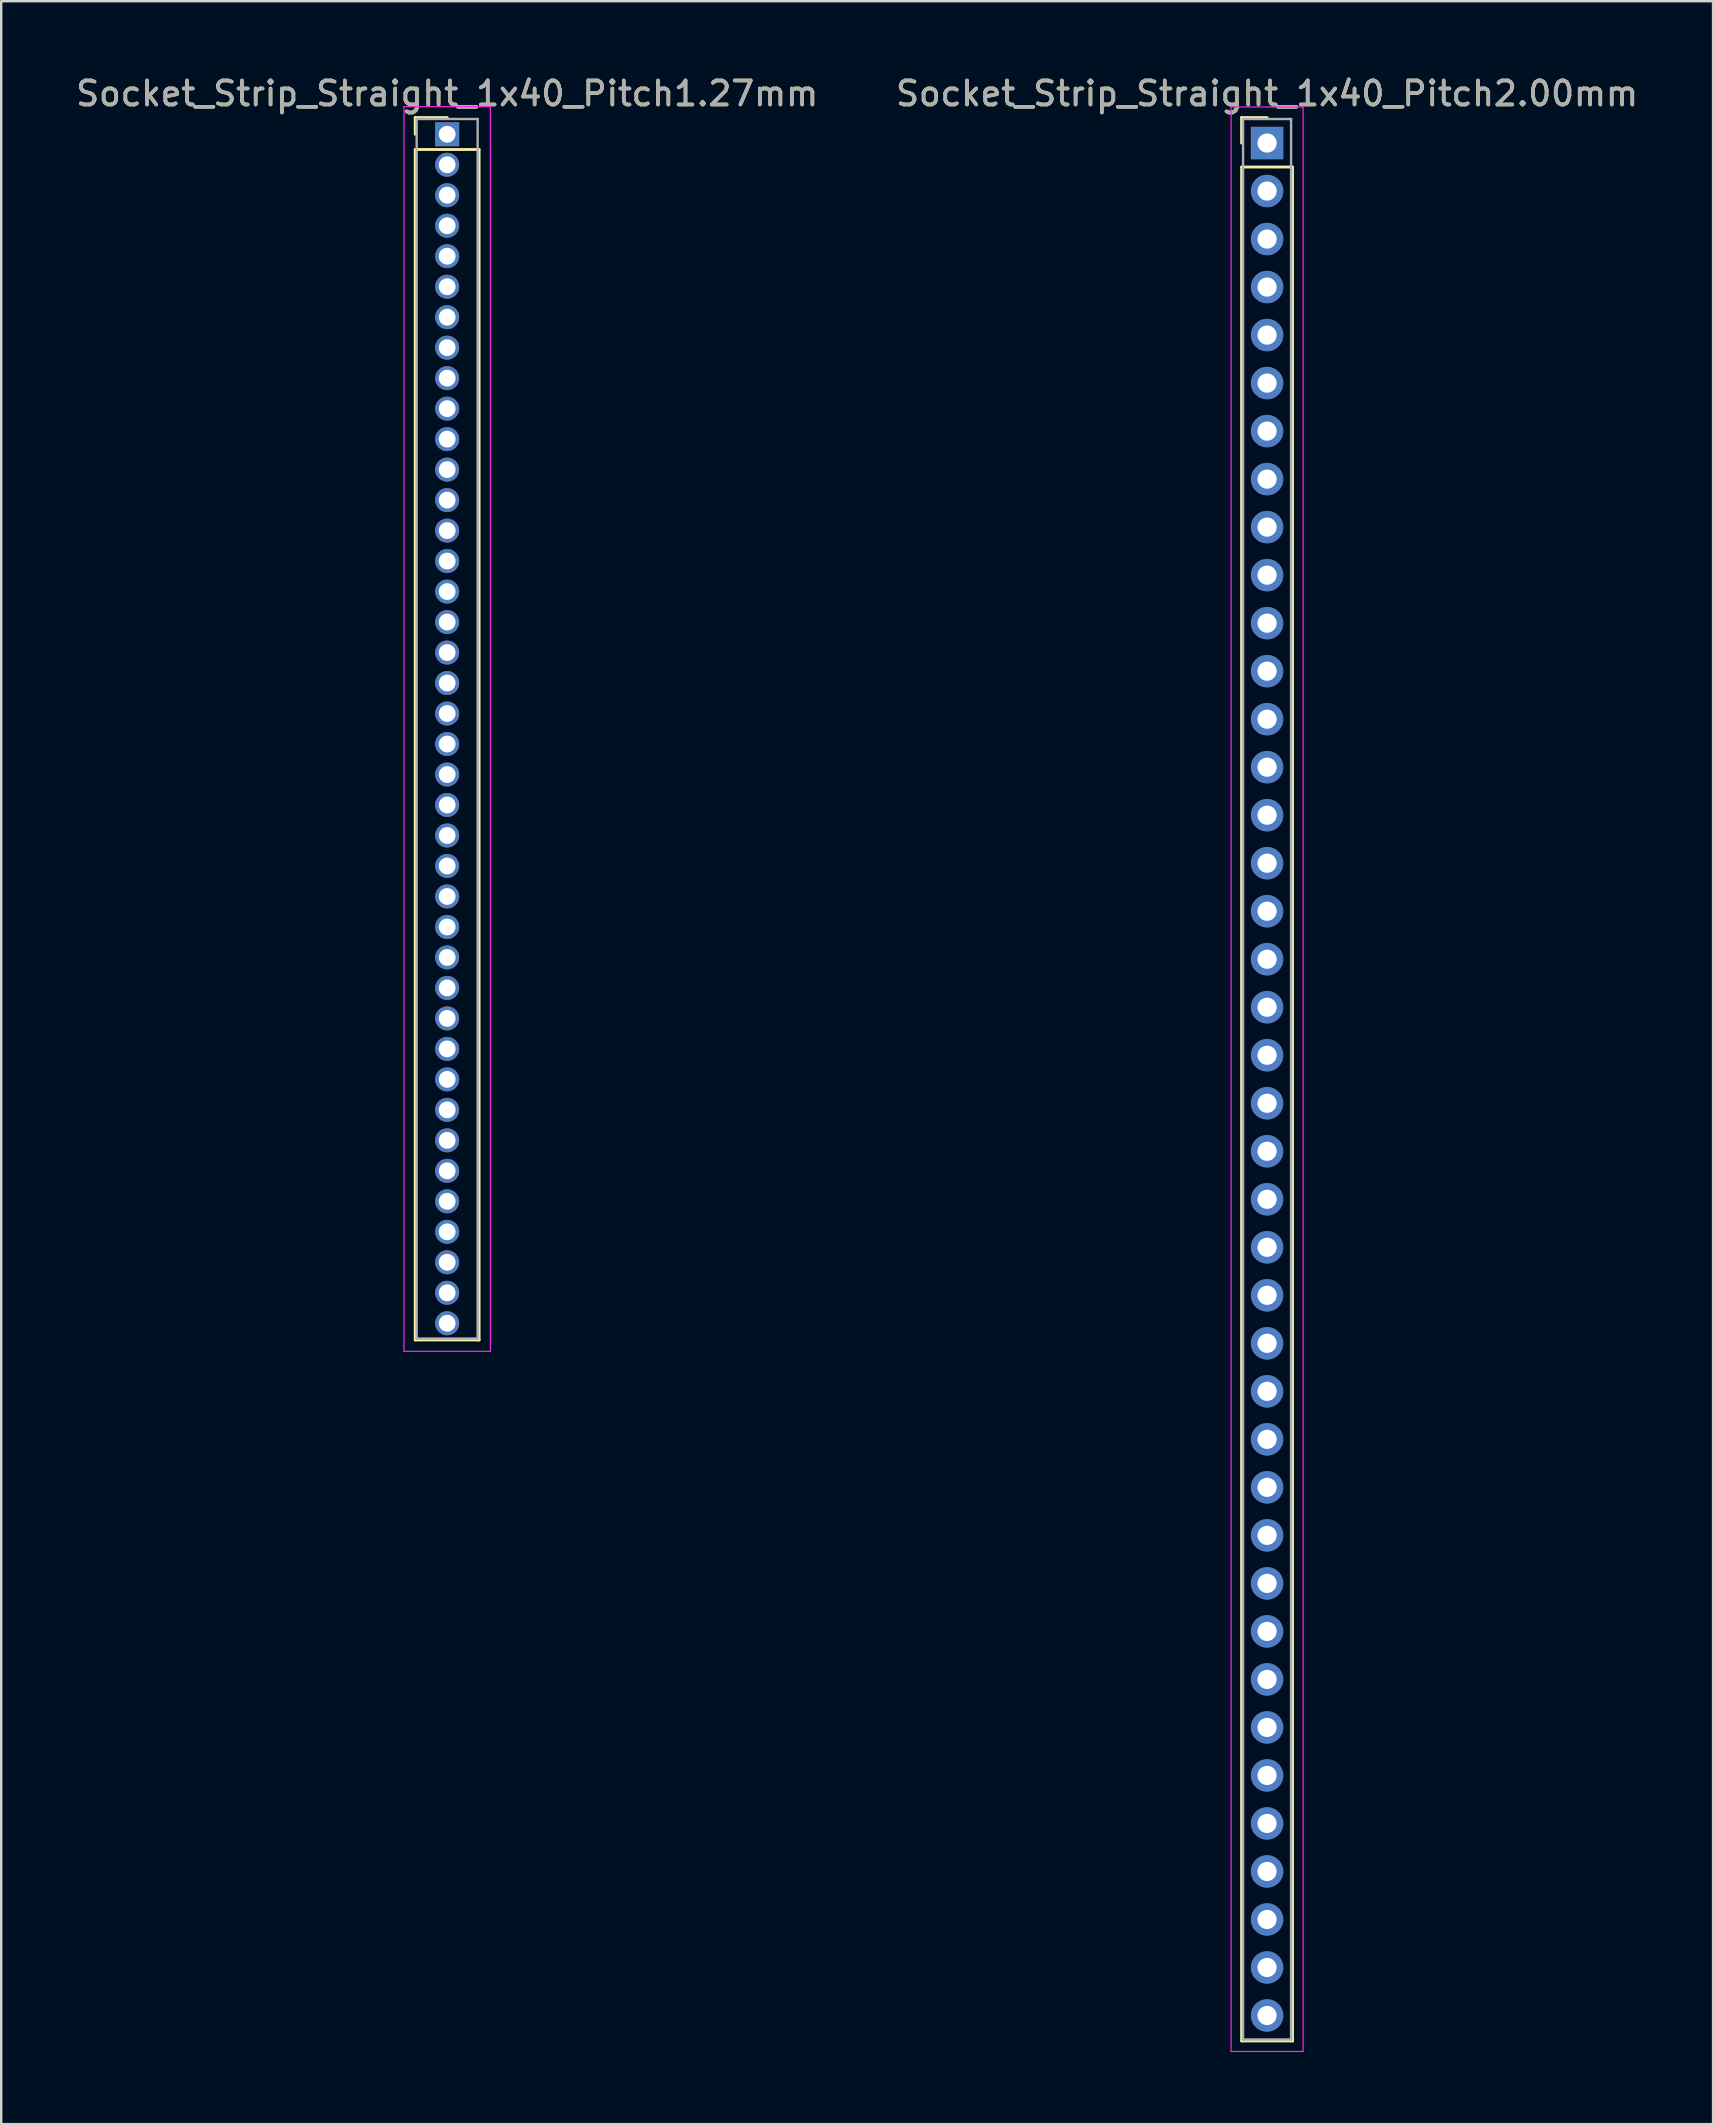
<source format=kicad_pcb>
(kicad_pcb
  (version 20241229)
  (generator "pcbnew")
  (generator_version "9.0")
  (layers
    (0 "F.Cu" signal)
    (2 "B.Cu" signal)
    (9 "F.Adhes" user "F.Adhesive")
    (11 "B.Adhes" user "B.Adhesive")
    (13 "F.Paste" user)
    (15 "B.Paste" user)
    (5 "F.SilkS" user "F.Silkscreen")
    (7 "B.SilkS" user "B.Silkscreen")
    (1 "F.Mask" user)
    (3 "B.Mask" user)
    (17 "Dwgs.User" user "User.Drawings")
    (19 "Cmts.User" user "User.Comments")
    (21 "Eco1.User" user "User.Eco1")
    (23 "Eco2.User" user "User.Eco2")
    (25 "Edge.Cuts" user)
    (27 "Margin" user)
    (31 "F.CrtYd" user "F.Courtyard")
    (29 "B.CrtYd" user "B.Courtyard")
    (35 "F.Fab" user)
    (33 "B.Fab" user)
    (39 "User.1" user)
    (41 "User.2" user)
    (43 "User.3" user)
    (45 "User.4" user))
  (footprint "Socket_Strip_Straight_1x40_Pitch2.00mm"
    (layer "F.Cu")
    (at 49.732 2.908)
    (property "Reference" "Socket_Strip_Straight_1x40_Pitch2.00mm" (at 0 -2.06 0) (layer "F.SilkS") (effects (font (size 1 1) (thickness 0.15))))
    (attr through_hole)
    (fp_line (start -1.06 -1.06) (end 0 -1.06) (stroke (width 0.12) (type solid)) (layer "F.SilkS"))
    (fp_line (start -1.06 0) (end -1.06 -1.06) (stroke (width 0.12) (type solid)) (layer "F.SilkS"))
    (fp_line (start -1.06 1) (end -1.06 79.06) (stroke (width 0.12) (type solid)) (layer "F.SilkS"))
    (fp_line (start -1.06 79.06) (end 1.06 79.06) (stroke (width 0.12) (type solid)) (layer "F.SilkS"))
    (fp_line (start 1.06 1) (end -1.06 1) (stroke (width 0.12) (type solid)) (layer "F.SilkS"))
    (fp_line (start 1.06 79.06) (end 1.06 1) (stroke (width 0.12) (type solid)) (layer "F.SilkS"))
    (fp_line (start -1.5 -1.5) (end -1.5 79.5) (stroke (width 0.05) (type solid)) (layer "F.CrtYd"))
    (fp_line (start -1.5 79.5) (end 1.5 79.5) (stroke (width 0.05) (type solid)) (layer "F.CrtYd"))
    (fp_line (start 1.5 -1.5) (end -1.5 -1.5) (stroke (width 0.05) (type solid)) (layer "F.CrtYd"))
    (fp_line (start 1.5 79.5) (end 1.5 -1.5) (stroke (width 0.05) (type solid)) (layer "F.CrtYd"))
    (fp_line (start -1 -1) (end -1 79) (stroke (width 0.1) (type solid)) (layer "F.Fab"))
    (fp_line (start -1 79) (end 1 79) (stroke (width 0.1) (type solid)) (layer "F.Fab"))
    (fp_line (start 1 -1) (end -1 -1) (stroke (width 0.1) (type solid)) (layer "F.Fab"))
    (fp_line (start 1 79) (end 1 -1) (stroke (width 0.1) (type solid)) (layer "F.Fab"))
    (fp_text user "${REFERENCE}" (at 0 -2.06 0) (layer "F.Fab") (effects (font (size 1 1) (thickness 0.15))))
    (pad "1" thru_hole rect (at 0 0) (size 1.35 1.35) (drill 0.8) (layers "*.Cu" "*.Mask"))
    (pad "2" thru_hole oval (at 0 2) (size 1.35 1.35) (drill 0.8) (layers "*.Cu" "*.Mask"))
    (pad "3" thru_hole oval (at 0 4) (size 1.35 1.35) (drill 0.8) (layers "*.Cu" "*.Mask"))
    (pad "4" thru_hole oval (at 0 6) (size 1.35 1.35) (drill 0.8) (layers "*.Cu" "*.Mask"))
    (pad "5" thru_hole oval (at 0 8) (size 1.35 1.35) (drill 0.8) (layers "*.Cu" "*.Mask"))
    (pad "6" thru_hole oval (at 0 10) (size 1.35 1.35) (drill 0.8) (layers "*.Cu" "*.Mask"))
    (pad "7" thru_hole oval (at 0 12) (size 1.35 1.35) (drill 0.8) (layers "*.Cu" "*.Mask"))
    (pad "8" thru_hole oval (at 0 14) (size 1.35 1.35) (drill 0.8) (layers "*.Cu" "*.Mask"))
    (pad "9" thru_hole oval (at 0 16) (size 1.35 1.35) (drill 0.8) (layers "*.Cu" "*.Mask"))
    (pad "10" thru_hole oval (at 0 18) (size 1.35 1.35) (drill 0.8) (layers "*.Cu" "*.Mask"))
    (pad "11" thru_hole oval (at 0 20) (size 1.35 1.35) (drill 0.8) (layers "*.Cu" "*.Mask"))
    (pad "12" thru_hole oval (at 0 22) (size 1.35 1.35) (drill 0.8) (layers "*.Cu" "*.Mask"))
    (pad "13" thru_hole oval (at 0 24) (size 1.35 1.35) (drill 0.8) (layers "*.Cu" "*.Mask"))
    (pad "14" thru_hole oval (at 0 26) (size 1.35 1.35) (drill 0.8) (layers "*.Cu" "*.Mask"))
    (pad "15" thru_hole oval (at 0 28) (size 1.35 1.35) (drill 0.8) (layers "*.Cu" "*.Mask"))
    (pad "16" thru_hole oval (at 0 30) (size 1.35 1.35) (drill 0.8) (layers "*.Cu" "*.Mask"))
    (pad "17" thru_hole oval (at 0 32) (size 1.35 1.35) (drill 0.8) (layers "*.Cu" "*.Mask"))
    (pad "18" thru_hole oval (at 0 34) (size 1.35 1.35) (drill 0.8) (layers "*.Cu" "*.Mask"))
    (pad "19" thru_hole oval (at 0 36) (size 1.35 1.35) (drill 0.8) (layers "*.Cu" "*.Mask"))
    (pad "20" thru_hole oval (at 0 38) (size 1.35 1.35) (drill 0.8) (layers "*.Cu" "*.Mask"))
    (pad "21" thru_hole oval (at 0 40) (size 1.35 1.35) (drill 0.8) (layers "*.Cu" "*.Mask"))
    (pad "22" thru_hole oval (at 0 42) (size 1.35 1.35) (drill 0.8) (layers "*.Cu" "*.Mask"))
    (pad "23" thru_hole oval (at 0 44) (size 1.35 1.35) (drill 0.8) (layers "*.Cu" "*.Mask"))
    (pad "24" thru_hole oval (at 0 46) (size 1.35 1.35) (drill 0.8) (layers "*.Cu" "*.Mask"))
    (pad "25" thru_hole oval (at 0 48) (size 1.35 1.35) (drill 0.8) (layers "*.Cu" "*.Mask"))
    (pad "26" thru_hole oval (at 0 50) (size 1.35 1.35) (drill 0.8) (layers "*.Cu" "*.Mask"))
    (pad "27" thru_hole oval (at 0 52) (size 1.35 1.35) (drill 0.8) (layers "*.Cu" "*.Mask"))
    (pad "28" thru_hole oval (at 0 54) (size 1.35 1.35) (drill 0.8) (layers "*.Cu" "*.Mask"))
    (pad "29" thru_hole oval (at 0 56) (size 1.35 1.35) (drill 0.8) (layers "*.Cu" "*.Mask"))
    (pad "30" thru_hole oval (at 0 58) (size 1.35 1.35) (drill 0.8) (layers "*.Cu" "*.Mask"))
    (pad "31" thru_hole oval (at 0 60) (size 1.35 1.35) (drill 0.8) (layers "*.Cu" "*.Mask"))
    (pad "32" thru_hole oval (at 0 62) (size 1.35 1.35) (drill 0.8) (layers "*.Cu" "*.Mask"))
    (pad "33" thru_hole oval (at 0 64) (size 1.35 1.35) (drill 0.8) (layers "*.Cu" "*.Mask"))
    (pad "34" thru_hole oval (at 0 66) (size 1.35 1.35) (drill 0.8) (layers "*.Cu" "*.Mask"))
    (pad "35" thru_hole oval (at 0 68) (size 1.35 1.35) (drill 0.8) (layers "*.Cu" "*.Mask"))
    (pad "36" thru_hole oval (at 0 70) (size 1.35 1.35) (drill 0.8) (layers "*.Cu" "*.Mask"))
    (pad "37" thru_hole oval (at 0 72) (size 1.35 1.35) (drill 0.8) (layers "*.Cu" "*.Mask"))
    (pad "38" thru_hole oval (at 0 74) (size 1.35 1.35) (drill 0.8) (layers "*.Cu" "*.Mask"))
    (pad "39" thru_hole oval (at 0 76) (size 1.35 1.35) (drill 0.8) (layers "*.Cu" "*.Mask"))
    (pad "40" thru_hole oval (at 0 78) (size 1.35 1.35) (drill 0.8) (layers "*.Cu" "*.Mask")))
  (footprint "Socket_Strip_Straight_1x40_Pitch1.27mm"
    (layer "F.Cu")
    (at 15.577 2.543)
    (property "Reference" "Socket_Strip_Straight_1x40_Pitch1.27mm" (at 0 -1.695 0) (layer "F.SilkS") (effects (font (size 1 1) (thickness 0.15))))
    (attr through_hole)
    (fp_line (start -1.33 -0.695) (end 0 -0.695) (stroke (width 0.12) (type solid)) (layer "F.SilkS"))
    (fp_line (start -1.33 0) (end -1.33 -0.695) (stroke (width 0.12) (type solid)) (layer "F.SilkS"))
    (fp_line (start -1.33 0.635) (end -1.33 50.225) (stroke (width 0.12) (type solid)) (layer "F.SilkS"))
    (fp_line (start -1.33 50.225) (end 1.33 50.225) (stroke (width 0.12) (type solid)) (layer "F.SilkS"))
    (fp_line (start 1.33 0.635) (end -1.33 0.635) (stroke (width 0.12) (type solid)) (layer "F.SilkS"))
    (fp_line (start 1.33 50.225) (end 1.33 0.635) (stroke (width 0.12) (type solid)) (layer "F.SilkS"))
    (fp_line (start -1.8 -1.15) (end -1.8 50.7) (stroke (width 0.05) (type solid)) (layer "F.CrtYd"))
    (fp_line (start -1.8 50.7) (end 1.8 50.7) (stroke (width 0.05) (type solid)) (layer "F.CrtYd"))
    (fp_line (start 1.8 -1.15) (end -1.8 -1.15) (stroke (width 0.05) (type solid)) (layer "F.CrtYd"))
    (fp_line (start 1.8 50.7) (end 1.8 -1.15) (stroke (width 0.05) (type solid)) (layer "F.CrtYd"))
    (fp_line (start -1.27 -0.635) (end -1.27 50.165) (stroke (width 0.1) (type solid)) (layer "F.Fab"))
    (fp_line (start -1.27 50.165) (end 1.27 50.165) (stroke (width 0.1) (type solid)) (layer "F.Fab"))
    (fp_line (start 1.27 -0.635) (end -1.27 -0.635) (stroke (width 0.1) (type solid)) (layer "F.Fab"))
    (fp_line (start 1.27 50.165) (end 1.27 -0.635) (stroke (width 0.1) (type solid)) (layer "F.Fab"))
    (fp_text user "${REFERENCE}" (at 0 -1.695 0) (layer "F.Fab") (effects (font (size 1 1) (thickness 0.15))))
    (pad "1" thru_hole rect (at 0 0) (size 1 1) (drill 0.7) (layers "*.Cu" "*.Mask"))
    (pad "2" thru_hole oval (at 0 1.27) (size 1 1) (drill 0.7) (layers "*.Cu" "*.Mask"))
    (pad "3" thru_hole oval (at 0 2.54) (size 1 1) (drill 0.7) (layers "*.Cu" "*.Mask"))
    (pad "4" thru_hole oval (at 0 3.81) (size 1 1) (drill 0.7) (layers "*.Cu" "*.Mask"))
    (pad "5" thru_hole oval (at 0 5.08) (size 1 1) (drill 0.7) (layers "*.Cu" "*.Mask"))
    (pad "6" thru_hole oval (at 0 6.35) (size 1 1) (drill 0.7) (layers "*.Cu" "*.Mask"))
    (pad "7" thru_hole oval (at 0 7.62) (size 1 1) (drill 0.7) (layers "*.Cu" "*.Mask"))
    (pad "8" thru_hole oval (at 0 8.89) (size 1 1) (drill 0.7) (layers "*.Cu" "*.Mask"))
    (pad "9" thru_hole oval (at 0 10.16) (size 1 1) (drill 0.7) (layers "*.Cu" "*.Mask"))
    (pad "10" thru_hole oval (at 0 11.43) (size 1 1) (drill 0.7) (layers "*.Cu" "*.Mask"))
    (pad "11" thru_hole oval (at 0 12.7) (size 1 1) (drill 0.7) (layers "*.Cu" "*.Mask"))
    (pad "12" thru_hole oval (at 0 13.97) (size 1 1) (drill 0.7) (layers "*.Cu" "*.Mask"))
    (pad "13" thru_hole oval (at 0 15.24) (size 1 1) (drill 0.7) (layers "*.Cu" "*.Mask"))
    (pad "14" thru_hole oval (at 0 16.51) (size 1 1) (drill 0.7) (layers "*.Cu" "*.Mask"))
    (pad "15" thru_hole oval (at 0 17.78) (size 1 1) (drill 0.7) (layers "*.Cu" "*.Mask"))
    (pad "16" thru_hole oval (at 0 19.05) (size 1 1) (drill 0.7) (layers "*.Cu" "*.Mask"))
    (pad "17" thru_hole oval (at 0 20.32) (size 1 1) (drill 0.7) (layers "*.Cu" "*.Mask"))
    (pad "18" thru_hole oval (at 0 21.59) (size 1 1) (drill 0.7) (layers "*.Cu" "*.Mask"))
    (pad "19" thru_hole oval (at 0 22.86) (size 1 1) (drill 0.7) (layers "*.Cu" "*.Mask"))
    (pad "20" thru_hole oval (at 0 24.13) (size 1 1) (drill 0.7) (layers "*.Cu" "*.Mask"))
    (pad "21" thru_hole oval (at 0 25.4) (size 1 1) (drill 0.7) (layers "*.Cu" "*.Mask"))
    (pad "22" thru_hole oval (at 0 26.67) (size 1 1) (drill 0.7) (layers "*.Cu" "*.Mask"))
    (pad "23" thru_hole oval (at 0 27.94) (size 1 1) (drill 0.7) (layers "*.Cu" "*.Mask"))
    (pad "24" thru_hole oval (at 0 29.21) (size 1 1) (drill 0.7) (layers "*.Cu" "*.Mask"))
    (pad "25" thru_hole oval (at 0 30.48) (size 1 1) (drill 0.7) (layers "*.Cu" "*.Mask"))
    (pad "26" thru_hole oval (at 0 31.75) (size 1 1) (drill 0.7) (layers "*.Cu" "*.Mask"))
    (pad "27" thru_hole oval (at 0 33.02) (size 1 1) (drill 0.7) (layers "*.Cu" "*.Mask"))
    (pad "28" thru_hole oval (at 0 34.29) (size 1 1) (drill 0.7) (layers "*.Cu" "*.Mask"))
    (pad "29" thru_hole oval (at 0 35.56) (size 1 1) (drill 0.7) (layers "*.Cu" "*.Mask"))
    (pad "30" thru_hole oval (at 0 36.83) (size 1 1) (drill 0.7) (layers "*.Cu" "*.Mask"))
    (pad "31" thru_hole oval (at 0 38.1) (size 1 1) (drill 0.7) (layers "*.Cu" "*.Mask"))
    (pad "32" thru_hole oval (at 0 39.37) (size 1 1) (drill 0.7) (layers "*.Cu" "*.Mask"))
    (pad "33" thru_hole oval (at 0 40.64) (size 1 1) (drill 0.7) (layers "*.Cu" "*.Mask"))
    (pad "34" thru_hole oval (at 0 41.91) (size 1 1) (drill 0.7) (layers "*.Cu" "*.Mask"))
    (pad "35" thru_hole oval (at 0 43.18) (size 1 1) (drill 0.7) (layers "*.Cu" "*.Mask"))
    (pad "36" thru_hole oval (at 0 44.45) (size 1 1) (drill 0.7) (layers "*.Cu" "*.Mask"))
    (pad "37" thru_hole oval (at 0 45.72) (size 1 1) (drill 0.7) (layers "*.Cu" "*.Mask"))
    (pad "38" thru_hole oval (at 0 46.99) (size 1 1) (drill 0.7) (layers "*.Cu" "*.Mask"))
    (pad "39" thru_hole oval (at 0 48.26) (size 1 1) (drill 0.7) (layers "*.Cu" "*.Mask"))
    (pad "40" thru_hole oval (at 0 49.53) (size 1 1) (drill 0.7) (layers "*.Cu" "*.Mask")))
  (gr_rect
    (start -3 -3)
    (end 68.31 85.433)
    (stroke (width 0.1) (type default))
    (fill no)
    (layer "Edge.Cuts")))
</source>
